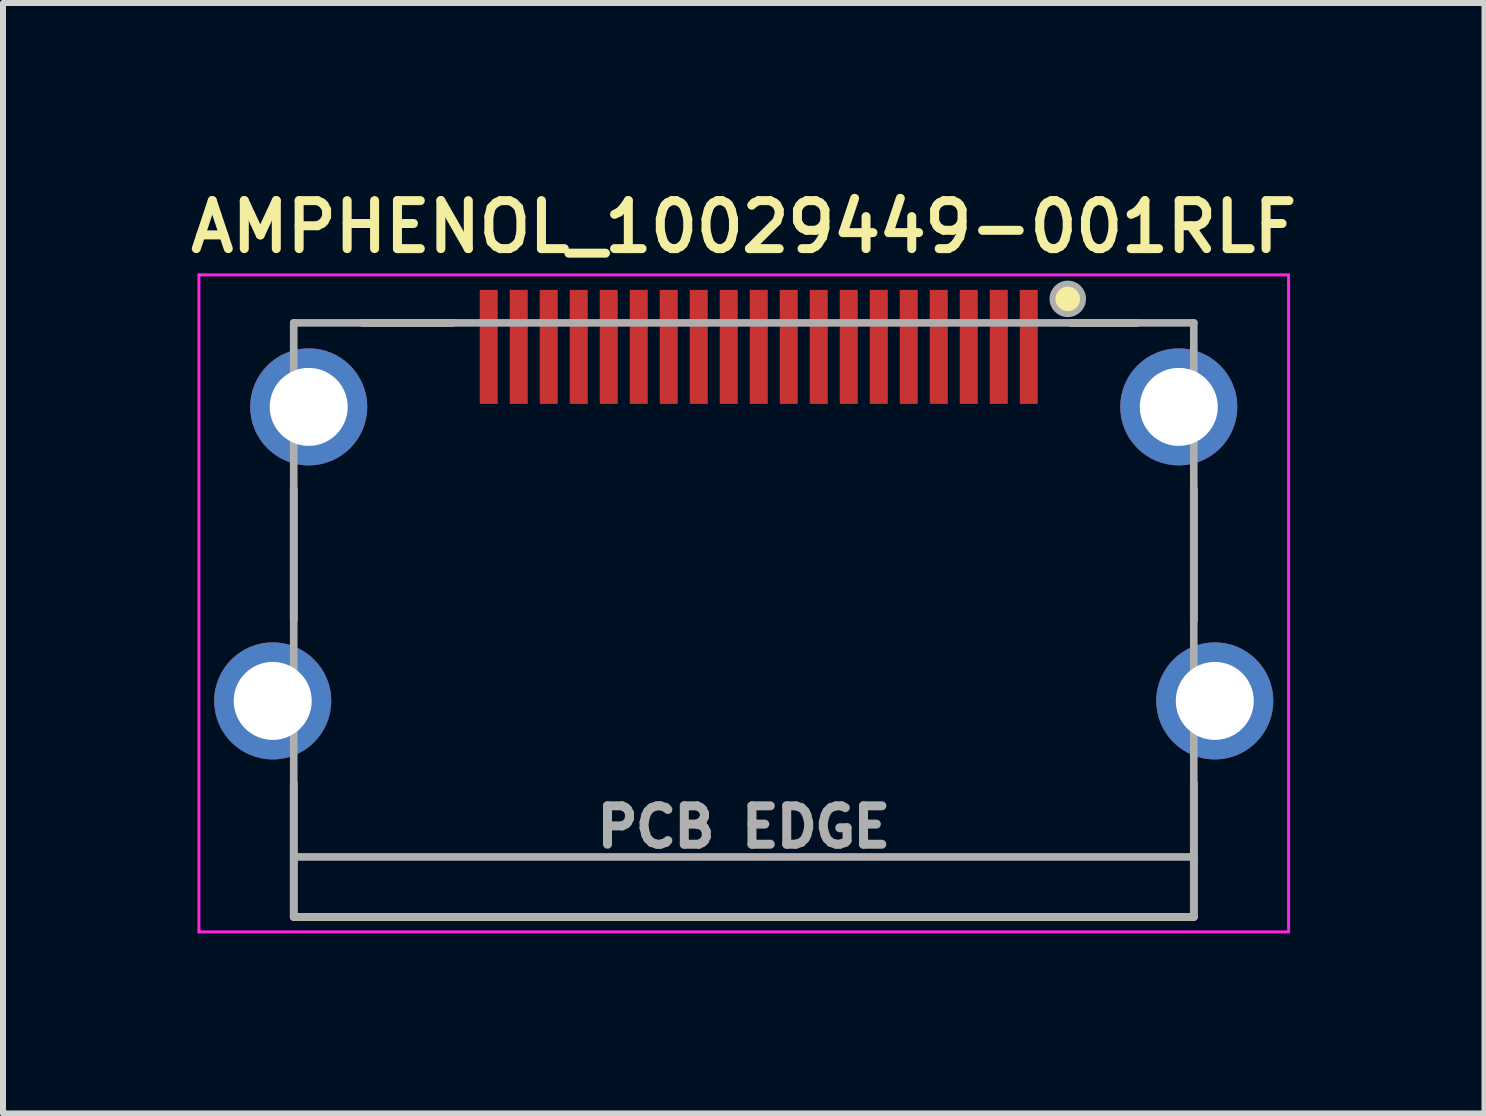
<source format=kicad_pcb>
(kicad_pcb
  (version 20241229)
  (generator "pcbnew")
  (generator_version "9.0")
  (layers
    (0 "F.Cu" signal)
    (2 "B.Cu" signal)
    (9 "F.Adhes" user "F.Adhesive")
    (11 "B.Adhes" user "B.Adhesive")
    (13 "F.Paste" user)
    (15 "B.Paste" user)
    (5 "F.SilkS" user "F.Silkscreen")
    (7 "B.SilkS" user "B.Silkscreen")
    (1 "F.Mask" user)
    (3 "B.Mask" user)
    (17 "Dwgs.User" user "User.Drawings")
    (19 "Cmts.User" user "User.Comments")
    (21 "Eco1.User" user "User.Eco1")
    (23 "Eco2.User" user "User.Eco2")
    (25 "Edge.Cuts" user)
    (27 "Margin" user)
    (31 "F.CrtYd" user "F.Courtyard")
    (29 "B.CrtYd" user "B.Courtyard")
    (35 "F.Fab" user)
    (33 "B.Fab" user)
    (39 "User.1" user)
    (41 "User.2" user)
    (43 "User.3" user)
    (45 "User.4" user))
  (footprint "AMPHENOL_10029449-001RLF"
    (layer "F.Cu")
    (at 9.345 3.731)
    (property "Reference" "AMPHENOL_10029449-001RLF" (at 0 -3 0) (layer "F.SilkS") (effects (font (size 0.8 0.8) (thickness 0.15))))
    (attr through_hole)
    (fp_line (start -7.5 3.56) (end -7.5 1.37) (stroke (width 0.127) (type solid)) (layer "F.SilkS"))
    (fp_line (start -7.5 8.5) (end -7.5 6.27) (stroke (width 0.127) (type solid)) (layer "F.SilkS"))
    (fp_line (start -6.35 -1.4) (end -4.85 -1.4) (stroke (width 0.127) (type solid)) (layer "F.SilkS"))
    (fp_line (start 5.45 -1.4) (end 6.55 -1.4) (stroke (width 0.127) (type solid)) (layer "F.SilkS"))
    (fp_line (start 7.5 1.37) (end 7.5 3.56) (stroke (width 0.127) (type solid)) (layer "F.SilkS"))
    (fp_line (start 7.5 6.27) (end 7.5 8.5) (stroke (width 0.127) (type solid)) (layer "F.SilkS"))
    (fp_line (start 7.5 8.5) (end -7.5 8.5) (stroke (width 0.127) (type solid)) (layer "F.SilkS"))
    (fp_circle (center 5.4 -1.8) (end 5.654 -1.8) (stroke (width 0) (type solid)) (fill yes) (layer "F.SilkS"))
    (fp_line (start -9.08 -2.2) (end 9.08 -2.2) (stroke (width 0.05) (type solid)) (layer "F.CrtYd"))
    (fp_line (start -9.08 8.75) (end -9.08 -2.2) (stroke (width 0.05) (type solid)) (layer "F.CrtYd"))
    (fp_line (start 9.08 -2.2) (end 9.08 8.75) (stroke (width 0.05) (type solid)) (layer "F.CrtYd"))
    (fp_line (start 9.08 8.75) (end -9.08 8.75) (stroke (width 0.05) (type solid)) (layer "F.CrtYd"))
    (fp_line (start -7.5 -1.4) (end 7.5 -1.4) (stroke (width 0.127) (type solid)) (layer "F.Fab"))
    (fp_line (start -7.5 7.5) (end -7.5 -1.4) (stroke (width 0.127) (type solid)) (layer "F.Fab"))
    (fp_line (start -7.5 8.5) (end -7.5 7.5) (stroke (width 0.127) (type solid)) (layer "F.Fab"))
    (fp_line (start 7.5 -1.4) (end 7.5 7.5) (stroke (width 0.127) (type solid)) (layer "F.Fab"))
    (fp_line (start 7.5 7.5) (end -7.5 7.5) (stroke (width 0.127) (type solid)) (layer "F.Fab"))
    (fp_line (start 7.5 7.5) (end 7.5 8.5) (stroke (width 0.127) (type solid)) (layer "F.Fab"))
    (fp_line (start 7.5 8.5) (end -7.5 8.5) (stroke (width 0.127) (type solid)) (layer "F.Fab"))
    (fp_circle (center 5.4 -1.8) (end 5.654 -1.8) (stroke (width 0.1) (type solid)) (fill no) (layer "F.Fab"))
    (fp_text user "PCB EDGE" (at 0 7 0) (layer "F.Fab") (effects (font (size 0.64 0.64) (thickness 0.15))))
    (pad "1" smd rect (at 4.75 -1 90) (size 1.9 0.3) (layers "F.Cu" "F.Mask" "F.Paste"))
    (pad "2" smd rect (at 4.25 -1 90) (size 1.9 0.3) (layers "F.Cu" "F.Mask" "F.Paste"))
    (pad "3" smd rect (at 3.75 -1 90) (size 1.9 0.3) (layers "F.Cu" "F.Mask" "F.Paste"))
    (pad "4" smd rect (at 3.25 -1 90) (size 1.9 0.3) (layers "F.Cu" "F.Mask" "F.Paste"))
    (pad "5" smd rect (at 2.75 -1 90) (size 1.9 0.3) (layers "F.Cu" "F.Mask" "F.Paste"))
    (pad "6" smd rect (at 2.25 -1 90) (size 1.9 0.3) (layers "F.Cu" "F.Mask" "F.Paste"))
    (pad "7" smd rect (at 1.75 -1 90) (size 1.9 0.3) (layers "F.Cu" "F.Mask" "F.Paste"))
    (pad "8" smd rect (at 1.25 -1 90) (size 1.9 0.3) (layers "F.Cu" "F.Mask" "F.Paste"))
    (pad "9" smd rect (at 0.75 -1 90) (size 1.9 0.3) (layers "F.Cu" "F.Mask" "F.Paste"))
    (pad "10" smd rect (at 0.25 -1 90) (size 1.9 0.3) (layers "F.Cu" "F.Mask" "F.Paste"))
    (pad "11" smd rect (at -0.25 -1 90) (size 1.9 0.3) (layers "F.Cu" "F.Mask" "F.Paste"))
    (pad "12" smd rect (at -0.75 -1 90) (size 1.9 0.3) (layers "F.Cu" "F.Mask" "F.Paste"))
    (pad "13" smd rect (at -1.25 -1 90) (size 1.9 0.3) (layers "F.Cu" "F.Mask" "F.Paste"))
    (pad "14" smd rect (at -1.75 -1 90) (size 1.9 0.3) (layers "F.Cu" "F.Mask" "F.Paste"))
    (pad "15" smd rect (at -2.25 -1 90) (size 1.9 0.3) (layers "F.Cu" "F.Mask" "F.Paste"))
    (pad "16" smd rect (at -2.75 -1 90) (size 1.9 0.3) (layers "F.Cu" "F.Mask" "F.Paste"))
    (pad "17" smd rect (at -3.25 -1 90) (size 1.9 0.3) (layers "F.Cu" "F.Mask" "F.Paste"))
    (pad "18" smd rect (at -3.75 -1 90) (size 1.9 0.3) (layers "F.Cu" "F.Mask" "F.Paste"))
    (pad "19" smd rect (at -4.25 -1 90) (size 1.9 0.3) (layers "F.Cu" "F.Mask" "F.Paste"))
    (pad "SH" thru_hole circle (at -7.85 4.9) (size 1.95 1.95) (drill 1.3) (layers "*.Cu" "*.Mask"))
    (pad "SH" thru_hole circle (at -7.25 0) (size 1.95 1.95) (drill 1.3) (layers "*.Cu" "*.Mask"))
    (pad "SH" thru_hole circle (at 7.25 0) (size 1.95 1.95) (drill 1.3) (layers "*.Cu" "*.Mask"))
    (pad "SH" thru_hole circle (at 7.85 4.9) (size 1.95 1.95) (drill 1.3) (layers "*.Cu" "*.Mask")))
  (gr_rect
    (start -3 -3)
    (end 21.69 15.506)
    (stroke (width 0.1) (type default))
    (fill no)
    (layer "Edge.Cuts")))
</source>
